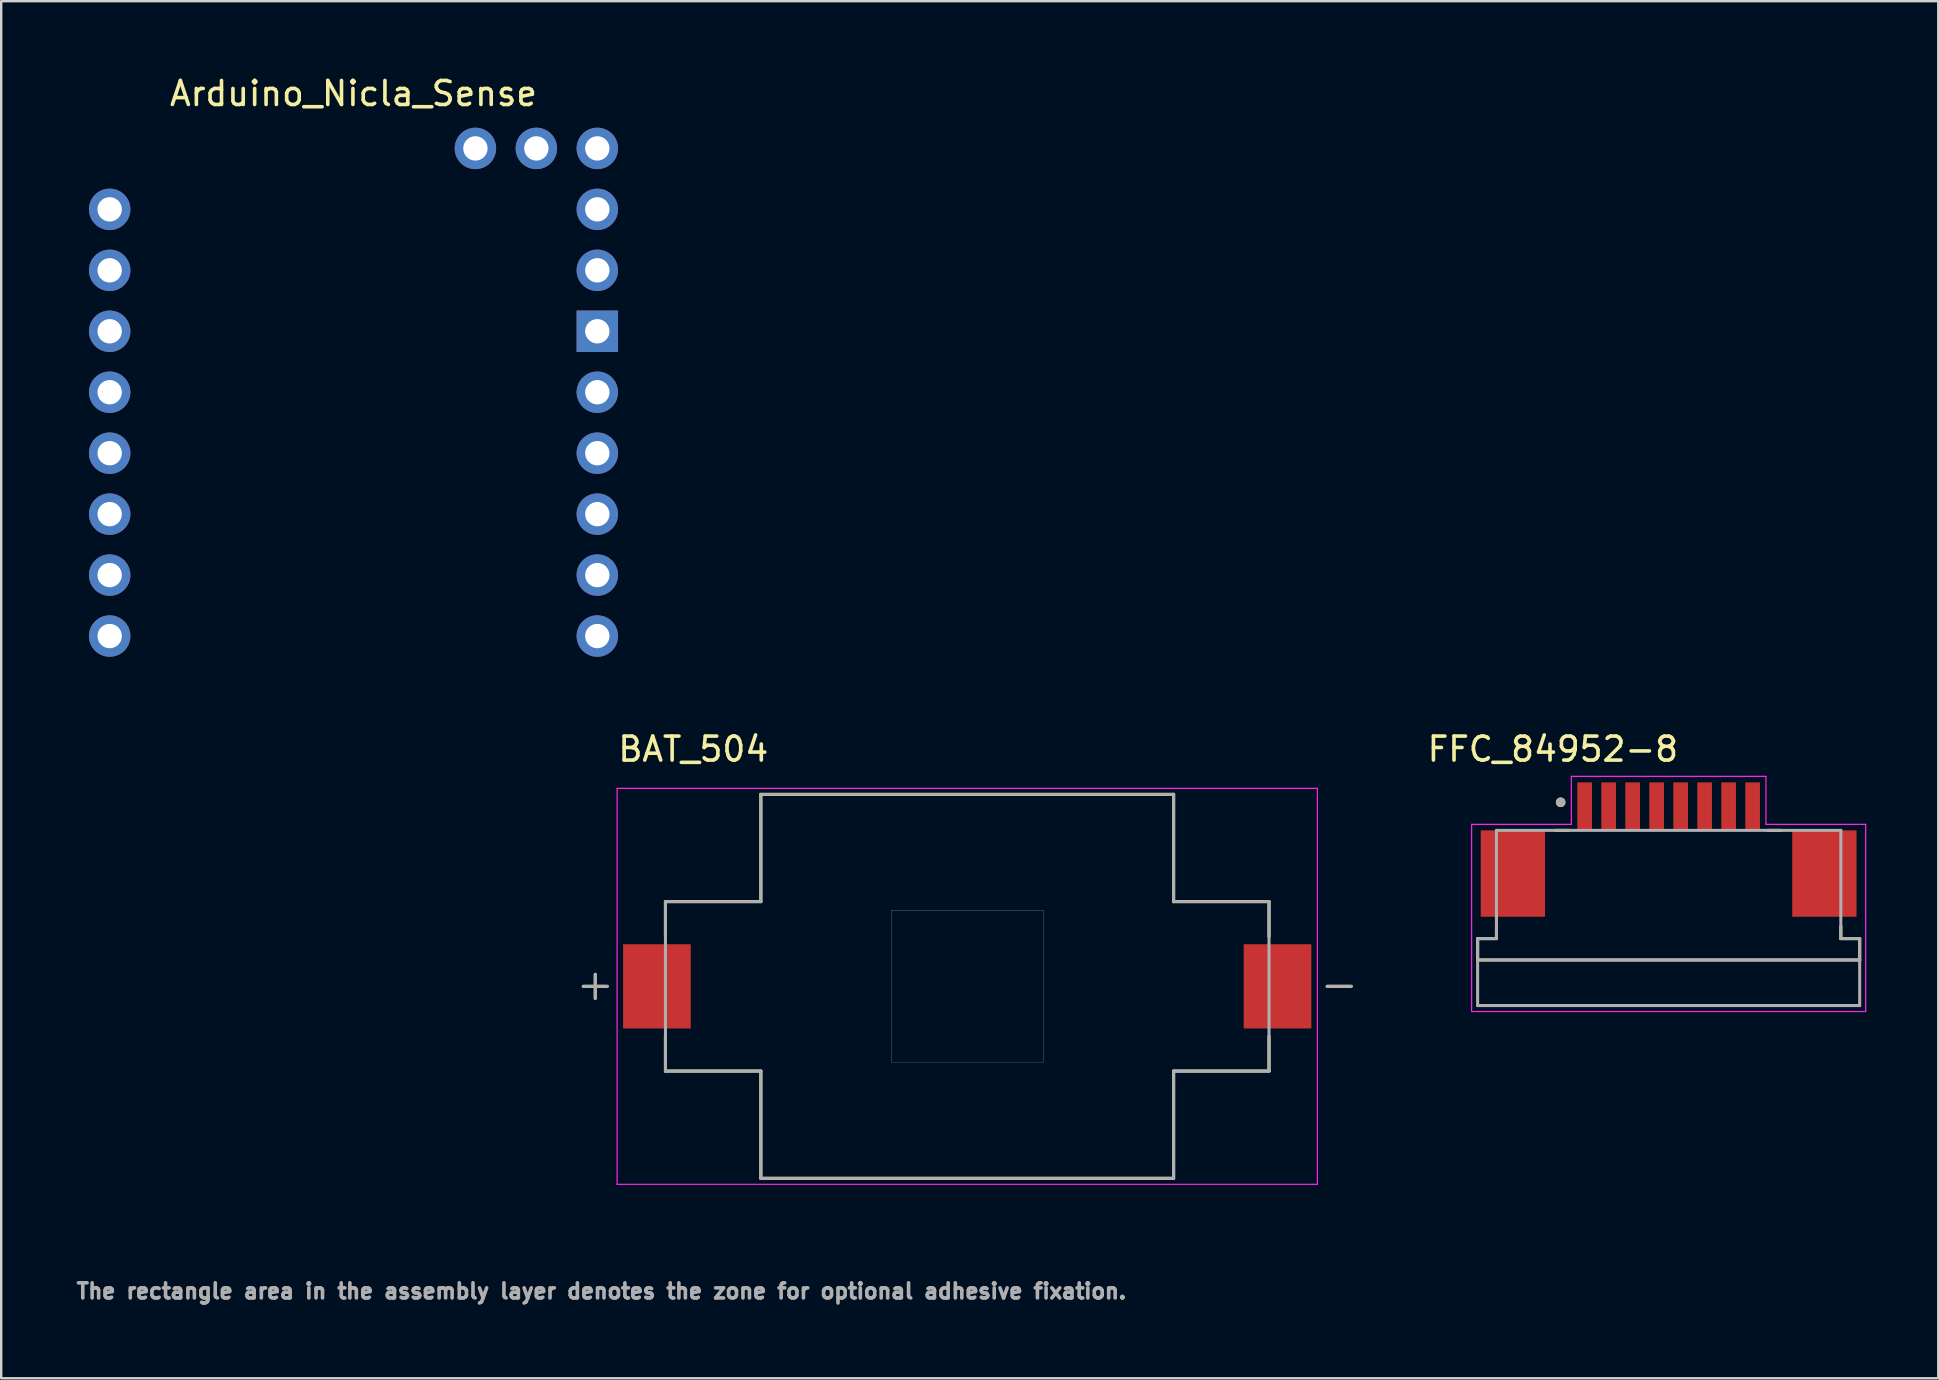
<source format=kicad_pcb>
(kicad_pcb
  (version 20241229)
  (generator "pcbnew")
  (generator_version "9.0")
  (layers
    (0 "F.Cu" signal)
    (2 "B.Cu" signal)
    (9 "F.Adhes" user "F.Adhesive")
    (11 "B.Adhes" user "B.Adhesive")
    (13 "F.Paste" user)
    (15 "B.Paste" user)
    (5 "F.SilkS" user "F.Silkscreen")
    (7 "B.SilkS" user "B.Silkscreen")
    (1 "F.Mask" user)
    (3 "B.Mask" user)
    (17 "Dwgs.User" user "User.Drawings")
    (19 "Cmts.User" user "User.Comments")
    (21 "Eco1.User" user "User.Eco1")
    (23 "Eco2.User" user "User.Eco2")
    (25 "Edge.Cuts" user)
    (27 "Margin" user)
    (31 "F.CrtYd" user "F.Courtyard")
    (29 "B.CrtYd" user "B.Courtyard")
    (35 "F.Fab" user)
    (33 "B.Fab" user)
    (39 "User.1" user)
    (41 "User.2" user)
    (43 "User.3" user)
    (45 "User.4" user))
  (footprint "FFC_84952-8"
    (layer "F.Cu")
    (at 66.482 30.551)
    (property "Reference" "FFC_84952-8" (at -4.825 -2.385 0) (layer "F.SilkS") (effects (font (size 1 1) (thickness 0.15))))
    (attr smd)
    (fp_line (start -7.96 6.4) (end -7.96 5.51) (stroke (width 0.127) (type solid)) (layer "F.SilkS"))
    (fp_line (start -7.175 5) (end -7.175 5.51) (stroke (width 0.127) (type solid)) (layer "F.SilkS"))
    (fp_line (start -7.175 5.51) (end -7.96 5.51) (stroke (width 0.127) (type solid)) (layer "F.SilkS"))
    (fp_line (start -4.7 1) (end -4.14 1) (stroke (width 0.127) (type solid)) (layer "F.SilkS"))
    (fp_line (start 4.14 1) (end 4.7 1) (stroke (width 0.127) (type solid)) (layer "F.SilkS"))
    (fp_line (start 7.175 5) (end 7.175 5.51) (stroke (width 0.127) (type solid)) (layer "F.SilkS"))
    (fp_line (start 7.96 5.51) (end 7.175 5.51) (stroke (width 0.127) (type solid)) (layer "F.SilkS"))
    (fp_line (start 7.96 5.51) (end 7.96 6.4) (stroke (width 0.127) (type solid)) (layer "F.SilkS"))
    (fp_line (start 7.96 6.4) (end -7.96 6.4) (stroke (width 0.127) (type solid)) (layer "F.SilkS"))
    (fp_circle (center -4.5 -0.17) (end -4.4 -0.17) (stroke (width 0.2) (type solid)) (fill no) (layer "F.SilkS"))
    (fp_line (start -8.21 0.75) (end -4.055 0.75) (stroke (width 0.05) (type solid)) (layer "F.CrtYd"))
    (fp_line (start -8.21 8.55) (end -8.21 0.75) (stroke (width 0.05) (type solid)) (layer "F.CrtYd"))
    (fp_line (start -4.055 -1.25) (end 4.055 -1.25) (stroke (width 0.05) (type solid)) (layer "F.CrtYd"))
    (fp_line (start -4.055 0.75) (end -4.055 -1.25) (stroke (width 0.05) (type solid)) (layer "F.CrtYd"))
    (fp_line (start 4.055 -1.25) (end 4.055 0.75) (stroke (width 0.05) (type solid)) (layer "F.CrtYd"))
    (fp_line (start 4.055 0.75) (end 8.21 0.75) (stroke (width 0.05) (type solid)) (layer "F.CrtYd"))
    (fp_line (start 8.21 0.75) (end 8.21 8.55) (stroke (width 0.05) (type solid)) (layer "F.CrtYd"))
    (fp_line (start 8.21 8.55) (end -8.21 8.55) (stroke (width 0.05) (type solid)) (layer "F.CrtYd"))
    (fp_line (start -7.96 5.51) (end -7.96 6.4) (stroke (width 0.127) (type solid)) (layer "F.Fab"))
    (fp_line (start -7.96 8.3) (end -7.96 6.4) (stroke (width 0.127) (type solid)) (layer "F.Fab"))
    (fp_line (start -7.175 1) (end -7.175 5.51) (stroke (width 0.127) (type solid)) (layer "F.Fab"))
    (fp_line (start -7.175 1) (end 7.175 1) (stroke (width 0.127) (type solid)) (layer "F.Fab"))
    (fp_line (start -7.175 5.51) (end -7.96 5.51) (stroke (width 0.127) (type solid)) (layer "F.Fab"))
    (fp_line (start 7.175 1) (end 7.175 5.51) (stroke (width 0.127) (type solid)) (layer "F.Fab"))
    (fp_line (start 7.96 5.51) (end 7.175 5.51) (stroke (width 0.127) (type solid)) (layer "F.Fab"))
    (fp_line (start 7.96 5.51) (end 7.96 6.4) (stroke (width 0.127) (type solid)) (layer "F.Fab"))
    (fp_line (start 7.96 6.4) (end -7.96 6.4) (stroke (width 0.127) (type solid)) (layer "F.Fab"))
    (fp_line (start 7.96 6.4) (end 7.96 8.3) (stroke (width 0.127) (type solid)) (layer "F.Fab"))
    (fp_line (start 7.96 8.3) (end -7.96 8.3) (stroke (width 0.127) (type solid)) (layer "F.Fab"))
    (fp_circle (center -4.5 -0.17) (end -4.4 -0.17) (stroke (width 0.2) (type solid)) (fill no) (layer "F.Fab"))
    (pad "1" smd rect (at -3.5 0) (size 0.61 2) (layers "F.Cu" "F.Mask" "F.Paste"))
    (pad "2" smd rect (at -2.5 0) (size 0.61 2) (layers "F.Cu" "F.Mask" "F.Paste"))
    (pad "3" smd rect (at -1.5 0) (size 0.61 2) (layers "F.Cu" "F.Mask" "F.Paste"))
    (pad "4" smd rect (at -0.5 0) (size 0.61 2) (layers "F.Cu" "F.Mask" "F.Paste"))
    (pad "5" smd rect (at 0.5 0) (size 0.61 2) (layers "F.Cu" "F.Mask" "F.Paste"))
    (pad "6" smd rect (at 1.5 0) (size 0.61 2) (layers "F.Cu" "F.Mask" "F.Paste"))
    (pad "7" smd rect (at 2.5 0) (size 0.61 2) (layers "F.Cu" "F.Mask" "F.Paste"))
    (pad "8" smd rect (at 3.5 0) (size 0.61 2) (layers "F.Cu" "F.Mask" "F.Paste"))
    (pad "S1" smd rect (at -6.49 2.8) (size 2.68 3.6) (layers "F.Cu" "F.Mask" "F.Paste"))
    (pad "S2" smd rect (at 6.49 2.8) (size 2.68 3.6) (layers "F.Cu" "F.Mask" "F.Paste")))
  (footprint "BAT_504"
    (layer "F.Cu")
    (at 37.254 38.051)
    (property "Reference" "BAT_504" (at -11.415 -9.885 0) (layer "F.SilkS") (effects (font (size 1 1) (thickness 0.15))))
    (attr smd)
    (fp_line (start -15.5 -0.5) (end -15.5 0.5) (stroke (width 0.127) (type solid)) (layer "F.SilkS"))
    (fp_line (start -15 0) (end -16 0) (stroke (width 0.127) (type solid)) (layer "F.SilkS"))
    (fp_line (start -12.575 -3.53) (end -8.6 -3.53) (stroke (width 0.127) (type solid)) (layer "F.SilkS"))
    (fp_line (start -12.575 -2.075) (end -12.575 -3.53) (stroke (width 0.127) (type solid)) (layer "F.SilkS"))
    (fp_line (start -12.575 3.53) (end -12.575 2.075) (stroke (width 0.127) (type solid)) (layer "F.SilkS"))
    (fp_line (start -8.6 -8) (end 8.6 -8) (stroke (width 0.127) (type solid)) (layer "F.SilkS"))
    (fp_line (start -8.6 -3.53) (end -8.6 -8) (stroke (width 0.127) (type solid)) (layer "F.SilkS"))
    (fp_line (start -8.6 3.53) (end -12.575 3.53) (stroke (width 0.127) (type solid)) (layer "F.SilkS"))
    (fp_line (start -8.6 8) (end -8.6 3.53) (stroke (width 0.127) (type solid)) (layer "F.SilkS"))
    (fp_line (start 8.6 -8) (end 8.6 -3.53) (stroke (width 0.127) (type solid)) (layer "F.SilkS"))
    (fp_line (start 8.6 -3.53) (end 12.575 -3.53) (stroke (width 0.127) (type solid)) (layer "F.SilkS"))
    (fp_line (start 8.6 3.53) (end 8.6 8) (stroke (width 0.127) (type solid)) (layer "F.SilkS"))
    (fp_line (start 8.6 8) (end -8.6 8) (stroke (width 0.127) (type solid)) (layer "F.SilkS"))
    (fp_line (start 12.575 -3.53) (end 12.575 -2.075) (stroke (width 0.127) (type solid)) (layer "F.SilkS"))
    (fp_line (start 12.575 3.53) (end 8.6 3.53) (stroke (width 0.127) (type solid)) (layer "F.SilkS"))
    (fp_line (start 12.575 3.53) (end 12.575 2.075) (stroke (width 0.127) (type solid)) (layer "F.SilkS"))
    (fp_line (start 15 0) (end 16 0) (stroke (width 0.127) (type solid)) (layer "F.SilkS"))
    (fp_line (start -14.59 -8.25) (end -14.59 8.25) (stroke (width 0.05) (type solid)) (layer "F.CrtYd"))
    (fp_line (start -14.59 8.25) (end 14.59 8.25) (stroke (width 0.05) (type solid)) (layer "F.CrtYd"))
    (fp_line (start 14.59 -8.25) (end -14.59 -8.25) (stroke (width 0.05) (type solid)) (layer "F.CrtYd"))
    (fp_line (start 14.59 8.25) (end 14.59 -8.25) (stroke (width 0.05) (type solid)) (layer "F.CrtYd"))
    (fp_line (start -16 0) (end -15 0) (stroke (width 0.127) (type solid)) (layer "F.Fab"))
    (fp_line (start -15.5 -0.5) (end -15.5 0.5) (stroke (width 0.127) (type solid)) (layer "F.Fab"))
    (fp_line (start -12.575 -3.53) (end -8.6 -3.53) (stroke (width 0.127) (type solid)) (layer "F.Fab"))
    (fp_line (start -12.575 3.53) (end -12.575 -3.53) (stroke (width 0.127) (type solid)) (layer "F.Fab"))
    (fp_line (start -8.6 -8) (end 8.6 -8) (stroke (width 0.127) (type solid)) (layer "F.Fab"))
    (fp_line (start -8.6 -3.53) (end -8.6 -8) (stroke (width 0.127) (type solid)) (layer "F.Fab"))
    (fp_line (start -8.6 3.53) (end -12.575 3.53) (stroke (width 0.127) (type solid)) (layer "F.Fab"))
    (fp_line (start -8.6 8) (end -8.6 3.53) (stroke (width 0.127) (type solid)) (layer "F.Fab"))
    (fp_line (start 8.6 -8) (end 8.6 -3.53) (stroke (width 0.127) (type solid)) (layer "F.Fab"))
    (fp_line (start 8.6 -3.53) (end 12.575 -3.53) (stroke (width 0.127) (type solid)) (layer "F.Fab"))
    (fp_line (start 8.6 3.53) (end 8.6 8) (stroke (width 0.127) (type solid)) (layer "F.Fab"))
    (fp_line (start 8.6 8) (end -8.6 8) (stroke (width 0.127) (type solid)) (layer "F.Fab"))
    (fp_line (start 12.575 -3.53) (end 12.575 3.53) (stroke (width 0.127) (type solid)) (layer "F.Fab"))
    (fp_line (start 12.575 3.53) (end 8.6 3.53) (stroke (width 0.127) (type solid)) (layer "F.Fab"))
    (fp_line (start 15 0) (end 16 0) (stroke (width 0.127) (type solid)) (layer "F.Fab"))
    (fp_poly (pts (xy -3.17 -3.17) (xy 3.17 -3.17) (xy 3.17 3.17) (xy -3.17 3.17)) (stroke (width 0.01) (type solid)) (fill no) (layer "F.Fab"))
    (fp_text user "The rectangle area in the assembly layer denotes the zone for optional adhesive fixation." (at -15.24 12.7 0) (layer "F.Fab") (effects (font (size 0.63 0.63) (thickness 0.15))))
    (pad "N" smd rect (at 12.93 0) (size 2.82 3.51) (layers "F.Cu" "F.Mask" "F.Paste"))
    (pad "P" smd rect (at -12.93 0) (size 2.82 3.51) (layers "F.Cu" "F.Mask" "F.Paste")))
  (footprint "Arduino_Nicla_Sense"
    (layer "F.Cu")
    (at 0.25 1.864)
    (property "Reference" "Arduino_Nicla_Sense" (at 11.43 -1.016 0) (unlocked yes) (layer "F.SilkS") (effects (font (size 1 1) (thickness 0.15))))
    (attr through_hole)
    (pad "1" thru_hole circle (at 1.27 3.81) (size 1.727 1.727) (drill 1.016) (layers "*.Cu" "*.Mask"))
    (pad "2" thru_hole circle (at 1.27 6.35) (size 1.727 1.727) (drill 1.016) (layers "*.Cu" "*.Mask"))
    (pad "3" thru_hole circle (at 1.27 8.89) (size 1.727 1.727) (drill 1.016) (layers "*.Cu" "*.Mask"))
    (pad "4" thru_hole circle (at 1.27 11.43) (size 1.727 1.727) (drill 1.016) (layers "*.Cu" "*.Mask"))
    (pad "5" thru_hole circle (at 1.27 13.97) (size 1.727 1.727) (drill 1.016) (layers "*.Cu" "*.Mask"))
    (pad "6" thru_hole circle (at 1.27 16.51) (size 1.727 1.727) (drill 1.016) (layers "*.Cu" "*.Mask"))
    (pad "7" thru_hole circle (at 1.27 19.05) (size 1.727 1.727) (drill 1.016) (layers "*.Cu" "*.Mask"))
    (pad "8" thru_hole circle (at 1.27 21.59) (size 1.727 1.727) (drill 1.016) (layers "*.Cu" "*.Mask"))
    (pad "9" thru_hole circle (at 21.59 21.59) (size 1.727 1.727) (drill 1.016) (layers "*.Cu" "*.Mask"))
    (pad "10" thru_hole circle (at 21.59 19.05) (size 1.727 1.727) (drill 1.016) (layers "*.Cu" "*.Mask"))
    (pad "11" thru_hole circle (at 21.59 16.51) (size 1.727 1.727) (drill 1.016) (layers "*.Cu" "*.Mask"))
    (pad "12" thru_hole circle (at 21.59 13.97) (size 1.727 1.727) (drill 1.016) (layers "*.Cu" "*.Mask"))
    (pad "13" thru_hole circle (at 21.59 11.43) (size 1.727 1.727) (drill 1.016) (layers "*.Cu" "*.Mask"))
    (pad "14" thru_hole rect (at 21.59 8.89) (size 1.727 1.727) (drill 1.016) (layers "*.Cu" "*.Mask"))
    (pad "15" thru_hole circle (at 21.59 6.35) (size 1.727 1.727) (drill 1.016) (layers "*.Cu" "*.Mask"))
    (pad "16" thru_hole circle (at 21.59 3.81) (size 1.727 1.727) (drill 1.016) (layers "*.Cu" "*.Mask"))
    (pad "17" thru_hole circle (at 21.59 1.27) (size 1.727 1.727) (drill 1.016) (layers "*.Cu" "*.Mask"))
    (pad "18" thru_hole circle (at 19.05 1.27) (size 1.727 1.727) (drill 1.016) (layers "*.Cu" "*.Mask"))
    (pad "19" thru_hole circle (at 16.51 1.27) (size 1.727 1.727) (drill 1.016) (layers "*.Cu" "*.Mask")))
  (gr_rect
    (start -3 -3)
    (end 77.717 54.383)
    (stroke (width 0.1) (type default))
    (fill no)
    (layer "Edge.Cuts")))
</source>
